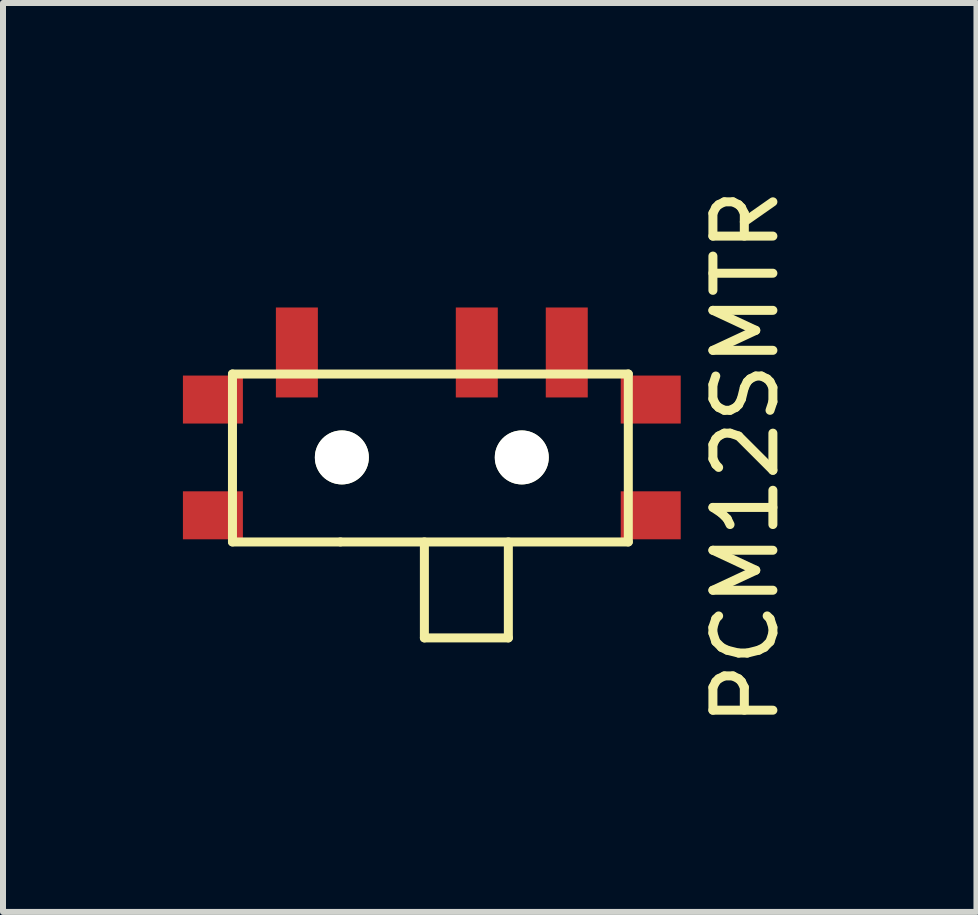
<source format=kicad_pcb>
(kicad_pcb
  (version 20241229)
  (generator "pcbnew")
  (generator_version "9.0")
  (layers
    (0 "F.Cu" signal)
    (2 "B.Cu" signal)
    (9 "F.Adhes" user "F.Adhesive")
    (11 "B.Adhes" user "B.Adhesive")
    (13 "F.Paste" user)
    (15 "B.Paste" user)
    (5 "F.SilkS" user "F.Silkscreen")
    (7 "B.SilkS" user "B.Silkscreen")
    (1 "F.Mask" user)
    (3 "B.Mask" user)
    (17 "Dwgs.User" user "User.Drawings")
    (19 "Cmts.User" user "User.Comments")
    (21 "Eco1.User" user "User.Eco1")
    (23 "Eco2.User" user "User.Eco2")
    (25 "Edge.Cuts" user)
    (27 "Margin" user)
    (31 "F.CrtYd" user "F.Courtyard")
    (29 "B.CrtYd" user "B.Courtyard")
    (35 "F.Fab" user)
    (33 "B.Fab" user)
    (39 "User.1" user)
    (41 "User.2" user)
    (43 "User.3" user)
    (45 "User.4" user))
  (footprint "PCM12SMTR"
    (layer "F.Cu")
    (at 4.15 4.577)
    (property "Reference" "PCM12SMTR" (at 5.232 0 90) (layer "F.SilkS") (effects (font (size 1 1) (thickness 0.15))))
    (attr through_hole)
    (fp_line (start -3.324 -1.391) (end 3.276 -1.391) (stroke (width 0.15) (type solid)) (layer "F.SilkS"))
    (fp_line (start -3.324 1.409) (end -3.324 -1.391) (stroke (width 0.15) (type solid)) (layer "F.SilkS"))
    (fp_line (start -1.524 1.409) (end -3.324 1.409) (stroke (width 0.15) (type solid)) (layer "F.SilkS"))
    (fp_line (start -0.124 1.409) (end -0.124 3.009) (stroke (width 0.15) (type solid)) (layer "F.SilkS"))
    (fp_line (start -0.124 3.009) (end 1.276 3.009) (stroke (width 0.15) (type solid)) (layer "F.SilkS"))
    (fp_line (start 1.276 3.009) (end 1.276 1.409) (stroke (width 0.15) (type solid)) (layer "F.SilkS"))
    (fp_line (start 3.276 -1.391) (end 3.276 1.409) (stroke (width 0.15) (type solid)) (layer "F.SilkS"))
    (fp_line (start 3.276 1.409) (end -1.524 1.409) (stroke (width 0.15) (type solid)) (layer "F.SilkS"))
    (pad "" smd rect (at -3.65 -0.965) (size 1 0.8) (layers "F.Cu" "F.Mask" "F.Paste"))
    (pad "" smd rect (at -3.65 0.965) (size 1 0.8) (layers "F.Cu" "F.Mask" "F.Paste"))
    (pad "" np_thru_hole circle (at -1.5 0 90) (size 0.9 0.9) (drill 0.9) (layers "*.Cu" "*.Mask" "F.SilkS"))
    (pad "" np_thru_hole circle (at 1.5 0 90) (size 0.9 0.9) (drill 0.9) (layers "*.Cu" "*.Mask" "F.SilkS"))
    (pad "" smd rect (at 3.65 -0.965) (size 1 0.8) (layers "F.Cu" "F.Mask" "F.Paste"))
    (pad "" smd rect (at 3.65 0.965) (size 1 0.8) (layers "F.Cu" "F.Mask" "F.Paste"))
    (pad "1" smd rect (at -2.25 -1.75 90) (size 1.5 0.7) (layers "F.Cu" "F.Mask" "F.Paste"))
    (pad "2" smd rect (at 0.75 -1.75 90) (size 1.5 0.7) (layers "F.Cu" "F.Mask" "F.Paste"))
    (pad "3" smd rect (at 2.25 -1.75 90) (size 1.5 0.7) (layers "F.Cu" "F.Mask" "F.Paste")))
  (gr_rect
    (start -3 -3)
    (end 13.231 12.155)
    (stroke (width 0.1) (type default))
    (fill no)
    (layer "Edge.Cuts")))
</source>
